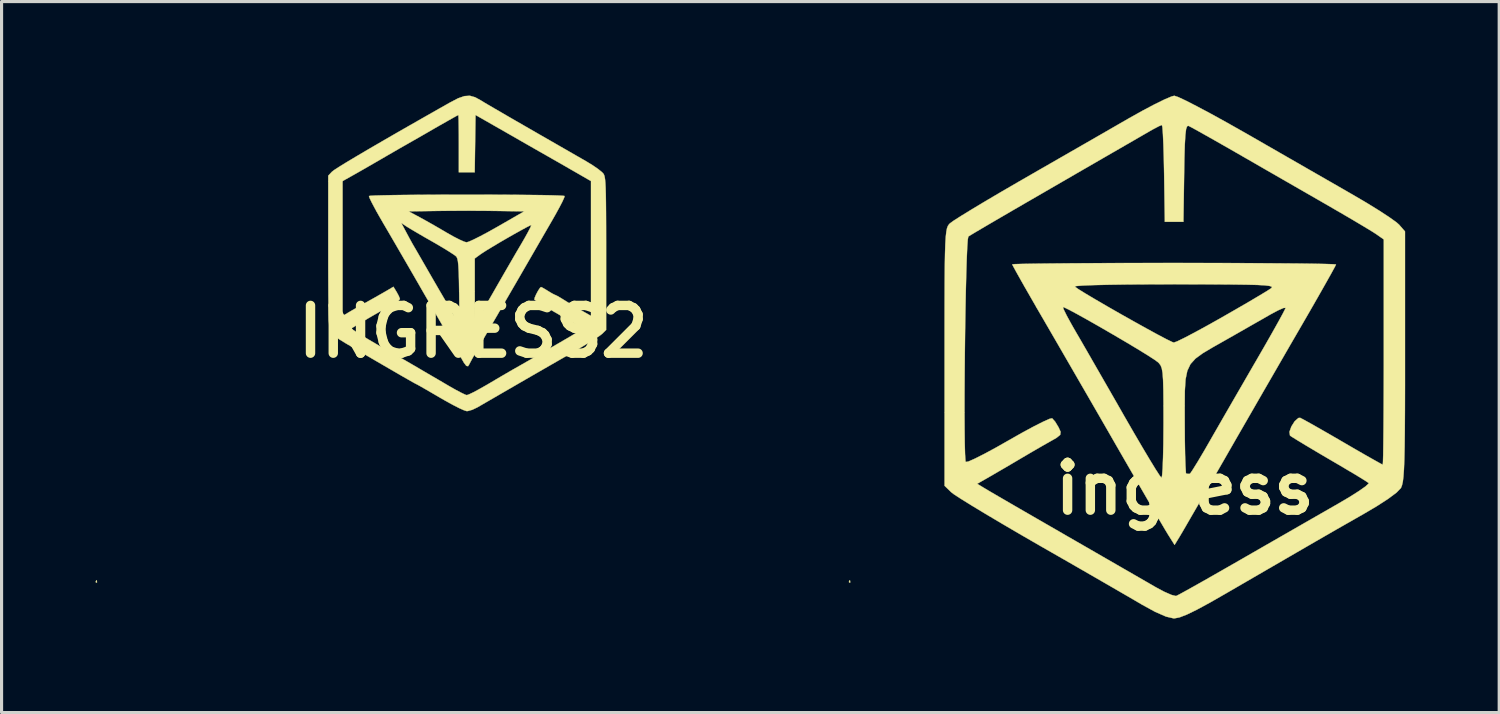
<source format=kicad_pcb>
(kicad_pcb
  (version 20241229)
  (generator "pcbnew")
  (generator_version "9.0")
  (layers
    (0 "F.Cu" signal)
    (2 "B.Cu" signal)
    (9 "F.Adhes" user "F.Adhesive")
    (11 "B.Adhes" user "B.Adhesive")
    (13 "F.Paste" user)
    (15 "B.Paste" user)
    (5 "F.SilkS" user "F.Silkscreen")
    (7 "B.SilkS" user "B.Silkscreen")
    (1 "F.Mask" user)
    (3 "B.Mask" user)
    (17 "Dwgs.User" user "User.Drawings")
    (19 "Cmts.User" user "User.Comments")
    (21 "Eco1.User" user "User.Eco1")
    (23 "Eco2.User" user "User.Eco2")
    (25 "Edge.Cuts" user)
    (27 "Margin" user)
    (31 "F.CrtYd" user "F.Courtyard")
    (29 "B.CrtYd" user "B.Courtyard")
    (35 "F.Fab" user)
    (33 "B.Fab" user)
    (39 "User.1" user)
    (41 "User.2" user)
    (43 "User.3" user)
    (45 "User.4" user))
  (footprint "ingress"
    (layer "F.Cu")
    (at 34.746 12.536)
    (property "Reference" "ingress" (at 0 0 0) (layer "F.SilkS") (effects (font (size 1.524 1.524) (thickness 0.3))))
    (attr through_hole)
    (fp_poly (pts (xy 0.579 -7.196) (xy 1.445 -7.194) (xy 2.244 -7.19) (xy 2.962 -7.185) (xy 3.584 -7.18) (xy 4.096 -7.173) (xy 4.483 -7.165) (xy 4.731 -7.157) (xy 4.826 -7.149) (xy 4.826 -7.148) (xy 4.785 -7.065) (xy 4.67 -6.855) (xy 4.492 -6.538) (xy 4.263 -6.134) (xy 3.993 -5.663) (xy 3.713 -5.179) (xy 3.359 -4.569) (xy 2.947 -3.855) (xy 2.502 -3.085) (xy 2.051 -2.302) (xy 1.618 -1.551) (xy 1.299 -0.995) (xy 0.968 -0.419) (xy 0.657 0.12) (xy 0.379 0.602) (xy 0.145 1.006) (xy -0.032 1.312) (xy -0.142 1.499) (xy -0.163 1.534) (xy -0.324 1.798) (xy -0.53 1.471) (xy -0.623 1.317) (xy -0.788 1.037) (xy -1.013 0.652) (xy -1.285 0.182) (xy -1.593 -0.35) (xy -1.925 -0.925) (xy -2.075 -1.185) (xy -2.47 -1.872) (xy -2.899 -2.616) (xy -3.337 -3.374) (xy -3.761 -4.107) (xy -4.147 -4.774) (xy -4.458 -5.31) (xy -4.737 -5.79) (xy -3.886 -5.79) (xy -3.86 -5.71) (xy -3.764 -5.516) (xy -3.614 -5.242) (xy -3.486 -5.018) (xy -3.322 -4.737) (xy -3.092 -4.338) (xy -2.813 -3.852) (xy -2.501 -3.309) (xy -2.173 -2.738) (xy -1.929 -2.31) (xy -1.628 -1.789) (xy -1.353 -1.319) (xy -1.116 -0.921) (xy -0.927 -0.612) (xy -0.798 -0.413) (xy -0.741 -0.342) (xy -0.722 -0.421) (xy -0.705 -0.645) (xy -0.692 -0.989) (xy -0.682 -1.428) (xy -0.678 -1.938) (xy -0.677 -2.104) (xy -0.678 -2.635) (xy -0.001 -2.635) (xy 0 -2.07) (xy 0.003 -1.549) (xy 0.011 -1.091) (xy 0.024 -0.721) (xy 0.04 -0.464) (xy 0.058 -0.344) (xy 0.064 -0.339) (xy 0.126 -0.408) (xy 0.254 -0.599) (xy 0.431 -0.885) (xy 0.641 -1.24) (xy 0.719 -1.376) (xy 0.949 -1.777) (xy 1.24 -2.283) (xy 1.567 -2.85) (xy 1.906 -3.436) (xy 2.232 -4) (xy 2.264 -4.054) (xy 2.54 -4.532) (xy 2.784 -4.96) (xy 2.985 -5.319) (xy 3.13 -5.585) (xy 3.208 -5.738) (xy 3.217 -5.764) (xy 3.151 -5.761) (xy 2.978 -5.685) (xy 2.734 -5.555) (xy 2.731 -5.553) (xy 2.459 -5.397) (xy 2.09 -5.187) (xy 1.676 -4.95) (xy 1.312 -4.743) (xy 0.895 -4.507) (xy 0.576 -4.317) (xy 0.343 -4.147) (xy 0.183 -3.97) (xy 0.082 -3.757) (xy 0.026 -3.482) (xy 0.003 -3.117) (xy -0.001 -2.635) (xy -0.678 -2.635) (xy -0.678 -2.695) (xy -0.682 -3.14) (xy -0.691 -3.463) (xy -0.707 -3.687) (xy -0.733 -3.836) (xy -0.771 -3.932) (xy -0.822 -3.999) (xy -0.853 -4.03) (xy -0.976 -4.119) (xy -1.208 -4.268) (xy -1.524 -4.462) (xy -1.897 -4.685) (xy -2.301 -4.922) (xy -2.708 -5.158) (xy -3.093 -5.377) (xy -3.429 -5.564) (xy -3.69 -5.704) (xy -3.849 -5.781) (xy -3.886 -5.79) (xy -4.737 -5.79) (xy -4.747 -5.808) (xy -5.005 -6.257) (xy -5.112 -6.444) (xy -3.509 -6.444) (xy -3.394 -6.362) (xy -3.163 -6.219) (xy -2.843 -6.029) (xy -2.462 -5.807) (xy -2.046 -5.569) (xy -1.623 -5.331) (xy -1.22 -5.107) (xy -0.863 -4.912) (xy -0.58 -4.763) (xy -0.398 -4.675) (xy -0.347 -4.657) (xy -0.239 -4.697) (xy -0.009 -4.809) (xy 0.317 -4.98) (xy 0.715 -5.197) (xy 1.159 -5.446) (xy 1.178 -5.457) (xy 1.629 -5.716) (xy 2.038 -5.953) (xy 2.379 -6.155) (xy 2.626 -6.304) (xy 2.751 -6.386) (xy 2.752 -6.386) (xy 2.782 -6.418) (xy 2.767 -6.445) (xy 2.694 -6.466) (xy 2.547 -6.483) (xy 2.312 -6.496) (xy 1.975 -6.504) (xy 1.521 -6.51) (xy 0.936 -6.514) (xy 0.204 -6.516) (xy -0.334 -6.517) (xy -1.12 -6.515) (xy -1.817 -6.511) (xy -2.413 -6.502) (xy -2.894 -6.491) (xy -3.246 -6.477) (xy -3.455 -6.461) (xy -3.509 -6.444) (xy -5.112 -6.444) (xy -5.221 -6.636) (xy -5.383 -6.925) (xy -5.48 -7.103) (xy -5.503 -7.152) (xy -5.421 -7.16) (xy -5.184 -7.167) (xy -4.807 -7.174) (xy -4.303 -7.18) (xy -3.689 -7.186) (xy -2.978 -7.19) (xy -2.184 -7.194) (xy -1.323 -7.196) (xy -0.409 -7.197) (xy -0.339 -7.197) (xy 0.579 -7.196)) (stroke (width 0.01) (type solid)) (fill yes) (layer "F.SilkS"))
    (fp_poly (pts (xy -0.209 -12.49) (xy 0.039 -12.374) (xy 0.392 -12.193) (xy 0.83 -11.96) (xy 1.332 -11.683) (xy 1.877 -11.375) (xy 1.987 -11.313) (xy 2.614 -10.952) (xy 3.269 -10.576) (xy 3.916 -10.204) (xy 4.517 -9.859) (xy 5.038 -9.56) (xy 5.376 -9.365) (xy 5.809 -9.111) (xy 6.201 -8.869) (xy 6.525 -8.657) (xy 6.751 -8.496) (xy 6.837 -8.42) (xy 7.027 -8.203) (xy 7.027 -4.221) (xy 7.027 -3.282) (xy 7.025 -2.498) (xy 7.021 -1.853) (xy 7.015 -1.334) (xy 7.006 -0.926) (xy 6.993 -0.613) (xy 6.977 -0.382) (xy 6.957 -0.217) (xy 6.931 -0.104) (xy 6.901 -0.027) (xy 6.893 -0.013) (xy 6.758 0.127) (xy 6.493 0.325) (xy 6.121 0.566) (xy 5.729 0.797) (xy 5.426 0.97) (xy 5.135 1.136) (xy 4.837 1.306) (xy 4.514 1.492) (xy 4.148 1.703) (xy 3.72 1.951) (xy 3.213 2.245) (xy 2.607 2.596) (xy 1.885 3.015) (xy 1.342 3.33) (xy 0.797 3.642) (xy 0.376 3.87) (xy 0.06 4.023) (xy -0.169 4.111) (xy -0.329 4.141) (xy -0.351 4.142) (xy -0.596 4.085) (xy -0.948 3.931) (xy -1.355 3.708) (xy -1.602 3.563) (xy -1.974 3.347) (xy -2.445 3.074) (xy -2.993 2.758) (xy -3.595 2.411) (xy -4.228 2.048) (xy -4.657 1.802) (xy -5.268 1.449) (xy -5.84 1.114) (xy -6.354 0.809) (xy -6.791 0.545) (xy -7.133 0.333) (xy -7.362 0.184) (xy -7.451 0.116) (xy -7.662 -0.089) (xy -7.662 -2.417) (xy -7.026 -2.417) (xy -7.023 -1.882) (xy -7.018 -1.436) (xy -7.009 -1.1) (xy -6.996 -0.898) (xy -6.986 -0.848) (xy -6.901 -0.863) (xy -6.695 -0.954) (xy -6.392 -1.107) (xy -6.015 -1.311) (xy -5.626 -1.532) (xy -5.2 -1.774) (xy -4.823 -1.978) (xy -4.518 -2.132) (xy -4.312 -2.224) (xy -4.231 -2.242) (xy -4.135 -2.135) (xy -4.026 -1.955) (xy -3.96 -1.809) (xy -3.973 -1.713) (xy -4.091 -1.618) (xy -4.259 -1.522) (xy -4.51 -1.38) (xy -4.839 -1.19) (xy -5.178 -0.991) (xy -5.207 -0.974) (xy -5.556 -0.768) (xy -5.911 -0.561) (xy -6.199 -0.394) (xy -6.21 -0.387) (xy -6.621 -0.152) (xy -6.347 0.014) (xy -6.207 0.097) (xy -5.94 0.253) (xy -5.568 0.469) (xy -5.11 0.734) (xy -4.587 1.036) (xy -4.019 1.363) (xy -3.778 1.503) (xy -3.181 1.846) (xy -2.606 2.178) (xy -2.075 2.484) (xy -1.612 2.751) (xy -1.241 2.965) (xy -0.985 3.112) (xy -0.931 3.144) (xy -0.652 3.293) (xy -0.42 3.394) (xy -0.281 3.428) (xy -0.272 3.426) (xy -0.172 3.376) (xy 0.054 3.252) (xy 0.387 3.066) (xy 0.805 2.829) (xy 1.29 2.552) (xy 1.821 2.248) (xy 1.845 2.234) (xy 2.443 1.89) (xy 3.056 1.538) (xy 3.65 1.197) (xy 4.19 0.887) (xy 4.642 0.628) (xy 4.893 0.484) (xy 5.26 0.268) (xy 5.561 0.077) (xy 5.771 -0.071) (xy 5.866 -0.161) (xy 5.867 -0.176) (xy 5.774 -0.24) (xy 5.561 -0.372) (xy 5.254 -0.556) (xy 4.879 -0.778) (xy 4.614 -0.933) (xy 4.209 -1.171) (xy 3.855 -1.382) (xy 3.578 -1.55) (xy 3.403 -1.659) (xy 3.358 -1.691) (xy 3.34 -1.807) (xy 3.402 -1.98) (xy 3.509 -2.149) (xy 3.626 -2.251) (xy 3.683 -2.256) (xy 3.791 -2.2) (xy 4.019 -2.074) (xy 4.34 -1.892) (xy 4.726 -1.67) (xy 5.041 -1.487) (xy 5.452 -1.248) (xy 5.809 -1.043) (xy 6.089 -0.885) (xy 6.266 -0.787) (xy 6.317 -0.762) (xy 6.324 -0.844) (xy 6.331 -1.077) (xy 6.336 -1.446) (xy 6.341 -1.931) (xy 6.345 -2.516) (xy 6.348 -3.184) (xy 6.35 -3.916) (xy 6.35 -4.355) (xy 6.35 -7.947) (xy 6.117 -8.111) (xy 5.971 -8.205) (xy 5.705 -8.366) (xy 5.349 -8.578) (xy 4.929 -8.823) (xy 4.487 -9.079) (xy 3.917 -9.407) (xy 3.263 -9.783) (xy 2.59 -10.17) (xy 1.96 -10.533) (xy 1.659 -10.706) (xy 1.21 -10.963) (xy 0.807 -11.192) (xy 0.475 -11.379) (xy 0.238 -11.51) (xy 0.12 -11.571) (xy 0.116 -11.573) (xy 0.075 -11.558) (xy 0.043 -11.466) (xy 0.02 -11.277) (xy 0.002 -10.972) (xy -0.011 -10.532) (xy -0.019 -10.062) (xy -0.042 -8.509) (xy -0.635 -8.509) (xy -0.658 -10.054) (xy -0.668 -10.545) (xy -0.681 -10.971) (xy -0.696 -11.306) (xy -0.712 -11.525) (xy -0.728 -11.599) (xy -0.822 -11.561) (xy -1.01 -11.462) (xy -1.128 -11.395) (xy -2.278 -10.731) (xy -3.286 -10.149) (xy -4.158 -9.644) (xy -4.9 -9.215) (xy -5.516 -8.858) (xy -6.012 -8.569) (xy -6.393 -8.346) (xy -6.666 -8.185) (xy -6.834 -8.084) (xy -6.904 -8.039) (xy -6.904 -8.038) (xy -6.922 -7.943) (xy -6.939 -7.7) (xy -6.955 -7.33) (xy -6.97 -6.856) (xy -6.984 -6.299) (xy -6.996 -5.68) (xy -7.007 -5.021) (xy -7.015 -4.344) (xy -7.021 -3.67) (xy -7.025 -3.02) (xy -7.026 -2.417) (xy -7.662 -2.417) (xy -7.662 -4.191) (xy -7.662 -5.13) (xy -7.661 -5.915) (xy -7.659 -6.56) (xy -7.655 -7.079) (xy -7.648 -7.487) (xy -7.638 -7.799) (xy -7.624 -8.03) (xy -7.606 -8.194) (xy -7.584 -8.305) (xy -7.556 -8.378) (xy -7.521 -8.429) (xy -7.493 -8.458) (xy -7.378 -8.542) (xy -7.136 -8.697) (xy -6.787 -8.911) (xy -6.351 -9.173) (xy -5.848 -9.469) (xy -5.299 -9.788) (xy -5.165 -9.865) (xy -4.536 -10.227) (xy -3.883 -10.602) (xy -3.241 -10.971) (xy -2.644 -11.314) (xy -2.129 -11.611) (xy -1.768 -11.819) (xy -1.344 -12.056) (xy -0.958 -12.26) (xy -0.639 -12.416) (xy -0.416 -12.51) (xy -0.332 -12.531) (xy -0.209 -12.49)) (stroke (width 0.01) (type solid)) (fill yes) (layer "F.SilkS")))
  (footprint "INGRESS2"
    (layer "F.Cu")
    (at 12.045 7.528)
    (property "Reference" "INGRESS2" (at 0 0 0) (layer "F.SilkS") (effects (font (size 1.524 1.524) (thickness 0.3))))
    (attr through_hole)
    (fp_poly (pts (xy -12.006 7.942) (xy -12 8.002) (xy -12.006 8.009) (xy -12.036 8.002) (xy -12.04 7.976) (xy -12.021 7.934) (xy -12.006 7.942)) (stroke (width 0.01) (type solid)) (fill yes) (layer "F.SilkS"))
    (fp_poly (pts (xy 12.023 7.942) (xy 12.029 8.002) (xy 12.023 8.009) (xy 11.992 8.002) (xy 11.989 7.976) (xy 12.007 7.934) (xy 12.023 7.942)) (stroke (width 0.01) (type solid)) (fill yes) (layer "F.SilkS"))
    (fp_poly (pts (xy 0.517 -4.367) (xy 0.985 -4.365) (xy 1.426 -4.362) (xy 1.829 -4.358) (xy 2.185 -4.354) (xy 2.483 -4.348) (xy 2.711 -4.341) (xy 2.859 -4.333) (xy 2.917 -4.325) (xy 2.917 -4.324) (xy 2.902 -4.268) (xy 2.843 -4.139) (xy 2.747 -3.955) (xy 2.623 -3.729) (xy 2.521 -3.55) (xy 2.348 -3.251) (xy 2.144 -2.899) (xy 1.928 -2.525) (xy 1.719 -2.164) (xy 1.599 -1.956) (xy 1.413 -1.634) (xy 1.193 -1.255) (xy 0.959 -0.851) (xy 0.727 -0.451) (xy 0.516 -0.088) (xy 0.509 -0.076) (xy 0.338 0.218) (xy 0.184 0.487) (xy 0.054 0.716) (xy -0.044 0.892) (xy -0.103 1.002) (xy -0.116 1.029) (xy -0.162 1.104) (xy -0.218 1.094) (xy -0.294 0.995) (xy -0.333 0.927) (xy -0.396 0.816) (xy -0.497 0.638) (xy -0.626 0.414) (xy -0.77 0.165) (xy -0.837 0.051) (xy -0.989 -0.212) (xy -1.177 -0.536) (xy -1.383 -0.894) (xy -1.594 -1.259) (xy -1.792 -1.604) (xy -1.805 -1.626) (xy -2.011 -1.983) (xy -2.239 -2.376) (xy -2.469 -2.773) (xy -2.685 -3.144) (xy -2.863 -3.448) (xy -2.874 -3.467) (xy -2.294 -3.467) (xy -2.136 -3.169) (xy -2.035 -2.98) (xy -1.935 -2.799) (xy -1.873 -2.692) (xy -1.807 -2.579) (xy -1.704 -2.401) (xy -1.579 -2.184) (xy -1.448 -1.956) (xy -1.286 -1.675) (xy -1.106 -1.364) (xy -0.931 -1.065) (xy -0.828 -0.889) (xy -0.706 -0.679) (xy -0.601 -0.495) (xy -0.526 -0.358) (xy -0.494 -0.292) (xy -0.46 -0.218) (xy -0.446 -0.203) (xy -0.443 -0.251) (xy -0.441 -0.386) (xy -0.44 -0.593) (xy -0.442 -0.856) (xy -0.445 -1.162) (xy -0.447 -1.256) (xy -0.453 -1.621) (xy -0.461 -1.897) (xy -0.472 -2.099) (xy -0.486 -2.238) (xy -0.506 -2.329) (xy -0.507 -2.332) (xy 0.051 -2.332) (xy 0.051 -1.284) (xy 0.052 -0.972) (xy 0.054 -0.699) (xy 0.057 -0.48) (xy 0.062 -0.329) (xy 0.067 -0.26) (xy 0.069 -0.258) (xy 0.098 -0.307) (xy 0.17 -0.43) (xy 0.277 -0.616) (xy 0.411 -0.85) (xy 0.566 -1.12) (xy 0.623 -1.219) (xy 0.812 -1.549) (xy 1.012 -1.897) (xy 1.207 -2.234) (xy 1.382 -2.536) (xy 1.518 -2.766) (xy 1.646 -2.987) (xy 1.75 -3.175) (xy 1.822 -3.314) (xy 1.854 -3.388) (xy 1.854 -3.395) (xy 1.805 -3.379) (xy 1.686 -3.319) (xy 1.514 -3.225) (xy 1.304 -3.108) (xy 1.073 -2.976) (xy 0.839 -2.84) (xy 0.617 -2.707) (xy 0.424 -2.59) (xy 0.277 -2.495) (xy 0.216 -2.453) (xy 0.051 -2.332) (xy -0.507 -2.332) (xy -0.531 -2.384) (xy -0.542 -2.397) (xy -0.613 -2.452) (xy -0.755 -2.545) (xy -0.951 -2.666) (xy -1.183 -2.803) (xy -1.314 -2.878) (xy -1.565 -3.021) (xy -1.795 -3.155) (xy -1.984 -3.267) (xy -2.114 -3.346) (xy -2.15 -3.369) (xy -2.294 -3.467) (xy -2.874 -3.467) (xy -3.014 -3.71) (xy -3.084 -3.835) (xy -2.057 -3.835) (xy -1.701 -3.644) (xy -1.504 -3.535) (xy -1.256 -3.395) (xy -0.996 -3.244) (xy -0.838 -3.151) (xy -0.626 -3.031) (xy -0.434 -2.933) (xy -0.287 -2.868) (xy -0.211 -2.847) (xy -0.131 -2.871) (xy 0.02 -2.939) (xy 0.227 -3.043) (xy 0.475 -3.175) (xy 0.747 -3.328) (xy 0.769 -3.34) (xy 1.629 -3.835) (xy 0.713 -3.849) (xy 0.325 -3.853) (xy -0.118 -3.855) (xy -0.572 -3.854) (xy -0.989 -3.851) (xy -1.13 -3.849) (xy -2.057 -3.835) (xy -3.084 -3.835) (xy -3.143 -3.943) (xy -3.243 -4.132) (xy -3.306 -4.264) (xy -3.324 -4.323) (xy -3.324 -4.324) (xy -3.269 -4.333) (xy -3.123 -4.341) (xy -2.897 -4.347) (xy -2.602 -4.353) (xy -2.248 -4.358) (xy -1.845 -4.362) (xy -1.405 -4.365) (xy -0.938 -4.367) (xy -0.455 -4.368) (xy 0.034 -4.368) (xy 0.517 -4.367)) (stroke (width 0.01) (type solid)) (fill yes) (layer "F.SilkS"))
    (fp_poly (pts (xy 0.063 -7.475) (xy 0.242 -7.377) (xy 0.331 -7.322) (xy 0.473 -7.238) (xy 0.67 -7.123) (xy 0.928 -6.973) (xy 1.25 -6.786) (xy 1.641 -6.561) (xy 2.106 -6.293) (xy 2.648 -5.982) (xy 3.272 -5.623) (xy 3.599 -5.436) (xy 3.804 -5.311) (xy 3.982 -5.189) (xy 4.11 -5.086) (xy 4.158 -5.035) (xy 4.177 -4.997) (xy 4.194 -4.942) (xy 4.207 -4.861) (xy 4.218 -4.746) (xy 4.226 -4.588) (xy 4.232 -4.377) (xy 4.236 -4.105) (xy 4.239 -3.764) (xy 4.241 -3.344) (xy 4.242 -2.836) (xy 4.242 -2.48) (xy 4.242 -0.053) (xy 4.115 0.072) (xy 4.034 0.134) (xy 3.879 0.236) (xy 3.666 0.369) (xy 3.409 0.524) (xy 3.124 0.692) (xy 3.023 0.75) (xy 2.664 0.956) (xy 2.264 1.186) (xy 1.858 1.42) (xy 1.477 1.64) (xy 1.194 1.804) (xy 0.912 1.967) (xy 0.647 2.121) (xy 0.416 2.254) (xy 0.237 2.358) (xy 0.128 2.421) (xy 0.127 2.421) (xy -0.026 2.494) (xy -0.165 2.534) (xy -0.203 2.538) (xy -0.288 2.512) (xy -0.443 2.443) (xy -0.648 2.338) (xy -0.888 2.206) (xy -1.062 2.106) (xy -1.305 1.964) (xy -1.517 1.841) (xy -1.681 1.747) (xy -1.784 1.69) (xy -1.811 1.676) (xy -1.842 1.661) (xy -1.927 1.614) (xy -2.07 1.533) (xy -2.276 1.415) (xy -2.549 1.257) (xy -2.895 1.056) (xy -3.316 0.811) (xy -3.819 0.518) (xy -4.08 0.365) (xy -4.267 0.25) (xy -4.425 0.14) (xy -4.529 0.054) (xy -4.55 0.03) (xy -4.567 -0.009) (xy -4.582 -0.077) (xy -4.593 -0.183) (xy -4.603 -0.336) (xy -4.608 -0.498) (xy -4.166 -0.498) (xy -3.975 -0.611) (xy -3.845 -0.687) (xy -3.657 -0.794) (xy -3.446 -0.913) (xy -3.353 -0.965) (xy -3.141 -1.084) (xy -2.939 -1.199) (xy -2.78 -1.29) (xy -2.732 -1.318) (xy -2.543 -1.43) (xy -2.44 -1.261) (xy -2.374 -1.139) (xy -2.338 -1.049) (xy -2.337 -1.037) (xy -2.379 -0.986) (xy -2.486 -0.909) (xy -2.603 -0.842) (xy -2.747 -0.765) (xy -2.935 -0.66) (xy -3.146 -0.54) (xy -3.362 -0.415) (xy -3.563 -0.297) (xy -3.729 -0.197) (xy -3.842 -0.127) (xy -3.88 -0.1) (xy -3.847 -0.066) (xy -3.736 0.009) (xy -3.559 0.121) (xy -3.325 0.261) (xy -3.047 0.423) (xy -2.735 0.602) (xy -2.443 0.764) (xy -2.299 0.846) (xy -2.098 0.961) (xy -1.872 1.092) (xy -1.727 1.177) (xy -1.458 1.335) (xy -1.152 1.513) (xy -0.862 1.683) (xy -0.762 1.742) (xy -0.559 1.857) (xy -0.383 1.95) (xy -0.256 2.011) (xy -0.203 2.028) (xy -0.134 2.004) (xy 0.005 1.938) (xy 0.193 1.837) (xy 0.414 1.712) (xy 0.483 1.672) (xy 0.725 1.529) (xy 0.954 1.394) (xy 1.147 1.282) (xy 1.28 1.205) (xy 1.295 1.197) (xy 1.537 1.059) (xy 1.818 0.898) (xy 2.119 0.725) (xy 2.421 0.55) (xy 2.704 0.386) (xy 2.949 0.243) (xy 3.137 0.133) (xy 3.214 0.086) (xy 3.508 -0.092) (xy 3.341 -0.19) (xy 3.235 -0.253) (xy 3.063 -0.353) (xy 2.848 -0.478) (xy 2.612 -0.615) (xy 2.575 -0.636) (xy 2.354 -0.766) (xy 2.167 -0.879) (xy 2.029 -0.966) (xy 1.958 -1.016) (xy 1.953 -1.021) (xy 1.963 -1.08) (xy 2.009 -1.187) (xy 2.072 -1.304) (xy 2.132 -1.394) (xy 2.165 -1.422) (xy 2.217 -1.398) (xy 2.324 -1.335) (xy 2.388 -1.295) (xy 2.512 -1.22) (xy 2.599 -1.175) (xy 2.618 -1.168) (xy 2.672 -1.143) (xy 2.786 -1.078) (xy 2.911 -1.001) (xy 3.109 -0.878) (xy 3.334 -0.744) (xy 3.467 -0.667) (xy 3.759 -0.501) (xy 3.759 -4.801) (xy 3.319 -5.055) (xy 3.099 -5.181) (xy 2.883 -5.306) (xy 2.705 -5.408) (xy 2.646 -5.441) (xy 2.539 -5.502) (xy 2.358 -5.606) (xy 2.118 -5.742) (xy 1.835 -5.904) (xy 1.522 -6.083) (xy 1.245 -6.242) (xy 0.076 -6.91) (xy 0.049 -5.08) (xy -0.204 -5.08) (xy -0.457 -5.08) (xy -0.457 -5.994) (xy -0.458 -6.287) (xy -0.461 -6.54) (xy -0.464 -6.739) (xy -0.469 -6.867) (xy -0.474 -6.909) (xy -0.521 -6.885) (xy -0.642 -6.818) (xy -0.821 -6.717) (xy -1.045 -6.59) (xy -1.249 -6.473) (xy -1.515 -6.319) (xy -1.766 -6.175) (xy -1.982 -6.052) (xy -2.142 -5.96) (xy -2.21 -5.922) (xy -2.338 -5.849) (xy -2.526 -5.74) (xy -2.746 -5.613) (xy -2.921 -5.511) (xy -3.172 -5.366) (xy -3.437 -5.213) (xy -3.677 -5.076) (xy -3.797 -5.008) (xy -4.166 -4.801) (xy -4.166 -2.649) (xy -4.166 -0.498) (xy -4.608 -0.498) (xy -4.61 -0.543) (xy -4.615 -0.812) (xy -4.619 -1.153) (xy -4.621 -1.572) (xy -4.623 -2.078) (xy -4.623 -2.523) (xy -4.623 -4.973) (xy -4.508 -5.096) (xy -4.435 -5.153) (xy -4.276 -5.256) (xy -4.036 -5.404) (xy -3.718 -5.594) (xy -3.326 -5.825) (xy -2.863 -6.094) (xy -2.335 -6.399) (xy -1.743 -6.737) (xy -1.093 -7.107) (xy -0.737 -7.308) (xy -0.481 -7.442) (xy -0.279 -7.512) (xy -0.106 -7.523) (xy 0.063 -7.475)) (stroke (width 0.01) (type solid)) (fill yes) (layer "F.SilkS")))
  (gr_rect
    (start -3 -3)
    (end 44.778 19.682)
    (stroke (width 0.1) (type default))
    (fill no)
    (layer "Edge.Cuts")))
</source>
